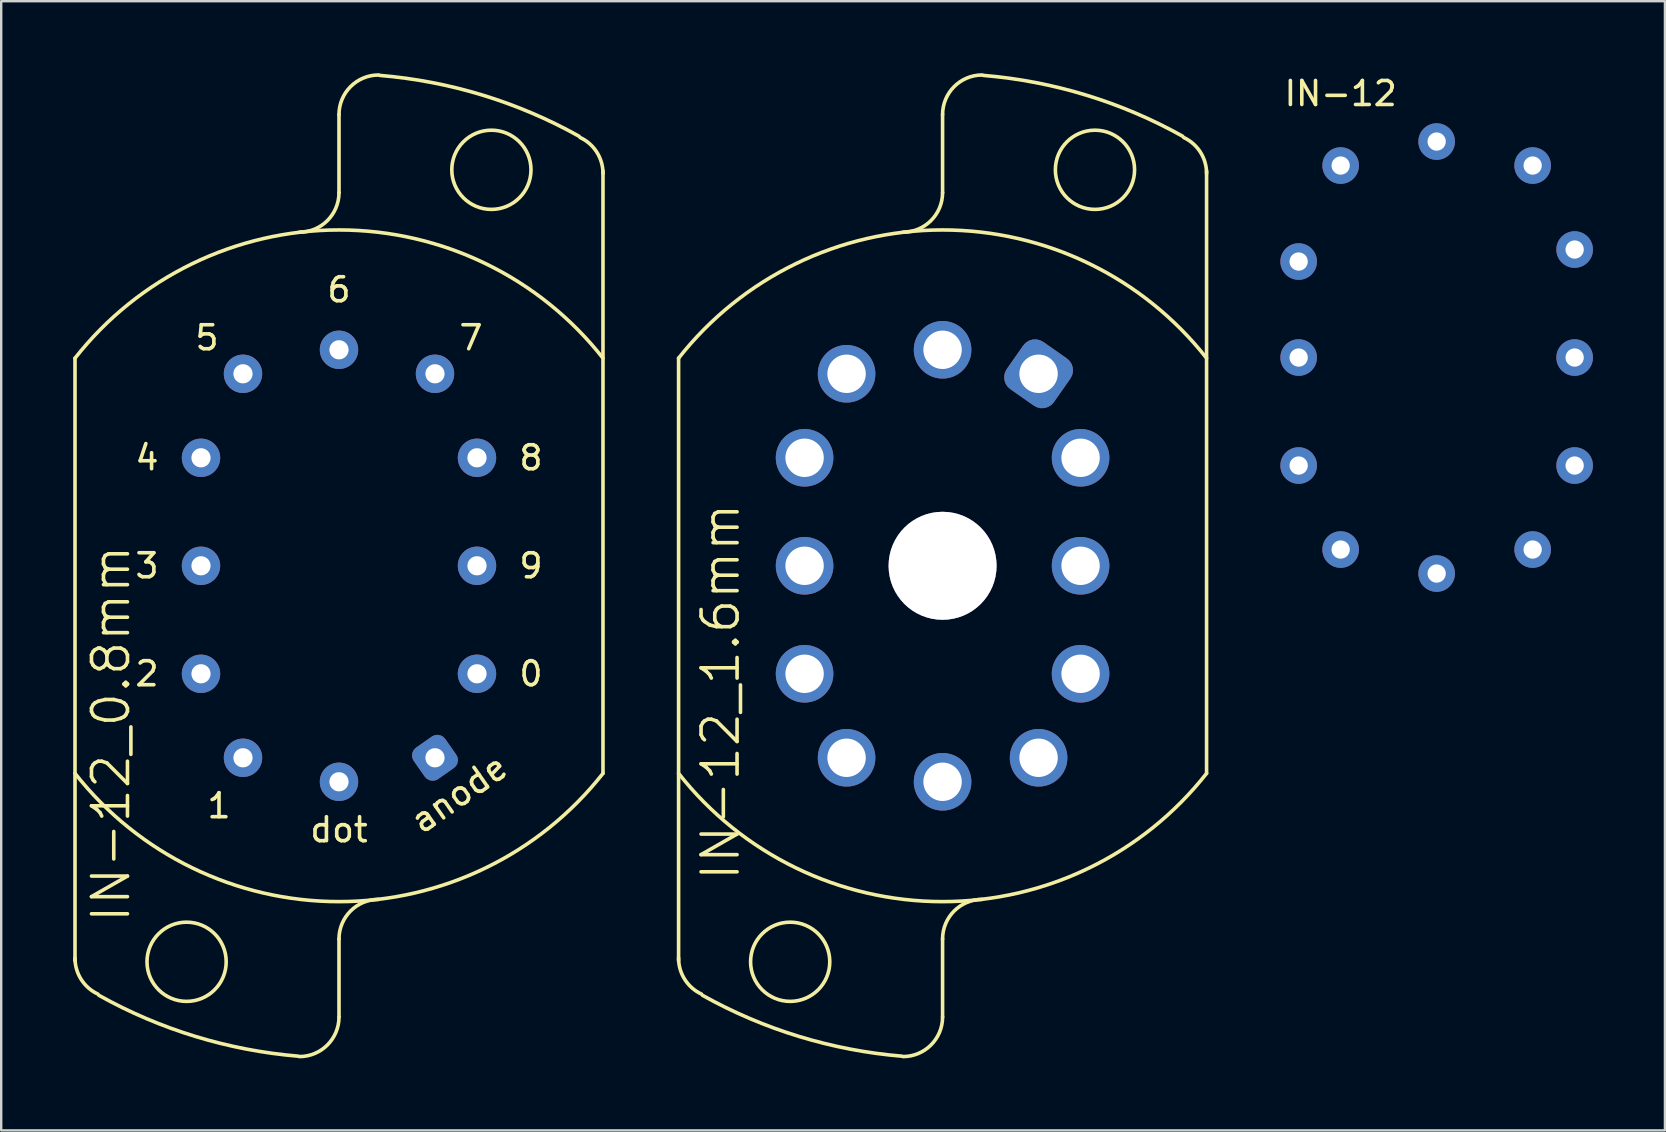
<source format=kicad_pcb>
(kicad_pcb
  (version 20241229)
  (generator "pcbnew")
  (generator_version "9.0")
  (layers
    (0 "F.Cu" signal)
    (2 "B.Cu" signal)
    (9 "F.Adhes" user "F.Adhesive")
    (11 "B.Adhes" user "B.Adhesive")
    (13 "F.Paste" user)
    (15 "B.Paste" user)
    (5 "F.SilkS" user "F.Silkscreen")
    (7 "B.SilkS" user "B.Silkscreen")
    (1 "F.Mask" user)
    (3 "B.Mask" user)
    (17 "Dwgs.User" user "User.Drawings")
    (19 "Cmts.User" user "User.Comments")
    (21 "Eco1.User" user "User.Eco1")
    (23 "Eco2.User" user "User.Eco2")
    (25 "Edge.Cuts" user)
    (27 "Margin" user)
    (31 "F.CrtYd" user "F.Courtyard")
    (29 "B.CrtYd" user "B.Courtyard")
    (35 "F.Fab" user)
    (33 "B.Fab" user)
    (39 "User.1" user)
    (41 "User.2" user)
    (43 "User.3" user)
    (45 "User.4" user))
  (footprint "IN-12_1.6mm"
    (layer "F.Cu")
    (at 36.225 20.525)
    (property "Reference" "IN-12_1.6mm" (at -9.25 5.25 90) (layer "F.SilkS") (effects (font (size 1.5 1.5) (thickness 0.15))))
    (attr through_hole)
    (fp_line (start -11 16.45) (end -11 -8.65) (stroke (width 0.15) (type solid)) (layer "F.SilkS"))
    (fp_line (start 0 -18.8) (end 0 -15.55) (stroke (width 0.15) (type solid)) (layer "F.SilkS"))
    (fp_line (start 0 18.8) (end 0 15.55) (stroke (width 0.15) (type solid)) (layer "F.SilkS"))
    (fp_line (start 11 -16.45) (end 11 8.65) (stroke (width 0.15) (type solid)) (layer "F.SilkS"))
    (fp_arc (start -10.999999 -8.649999) (mid 0 -13.993658) (end 10.999999 -8.649999) (stroke (width 0.15) (type solid)) (layer "F.SilkS"))
    (fp_arc (start -10.04732 17.845408) (mid -10.741596 17.236544) (end -11 16.35) (stroke (width 0.15) (type solid)) (layer "F.SilkS"))
    (fp_arc (start -1.698621 20.433419) (mid -5.984896 19.61099) (end -9.999999 17.899999) (stroke (width 0.15) (type solid)) (layer "F.SilkS"))
    (fp_arc (start 0 -18.8) (mid 0.483274 -19.966726) (end 1.65 -20.45) (stroke (width 0.15) (type solid)) (layer "F.SilkS"))
    (fp_arc (start 0 -15.55) (mid -0.483274 -14.383274) (end -1.65 -13.9) (stroke (width 0.15) (type solid)) (layer "F.SilkS"))
    (fp_arc (start 0 15.55) (mid 0.483274 14.383274) (end 1.65 13.9) (stroke (width 0.15) (type solid)) (layer "F.SilkS"))
    (fp_arc (start 0 18.8) (mid -0.483274 19.966726) (end -1.65 20.45) (stroke (width 0.15) (type solid)) (layer "F.SilkS"))
    (fp_arc (start 1.698621 -20.433419) (mid 5.984896 -19.61099) (end 9.999999 -17.899999) (stroke (width 0.15) (type solid)) (layer "F.SilkS"))
    (fp_arc (start 10.04732 -17.845408) (mid 10.741596 -17.236544) (end 11 -16.35) (stroke (width 0.15) (type solid)) (layer "F.SilkS"))
    (fp_arc (start 11 8.65) (mid 0.000001 13.993659) (end -10.999998 8.65) (stroke (width 0.15) (type solid)) (layer "F.SilkS"))
    (fp_circle (center -6.35 16.5) (end -8 16.5) (stroke (width 0.15) (type solid)) (fill no) (layer "F.SilkS"))
    (fp_circle (center 6.35 -16.5) (end 8 -16.5) (stroke (width 0.15) (type solid)) (fill no) (layer "F.SilkS"))
    (pad "" thru_hole circle (at 0 0) (size 4.5 4.5) (drill 4.5) (layers "*.Cu" "*.Mask"))
    (pad "1" thru_hole roundrect (at 4 -8 55) (size 2.4 2.4) (drill 1.6) (layers "*.Cu" "*.Mask") (roundrect_rratio 0.25))
    (pad "2" thru_hole circle (at 5.75 -4.5) (size 2.4 2.4) (drill 1.6) (layers "*.Cu" "*.Mask"))
    (pad "3" thru_hole circle (at 5.75 0) (size 2.4 2.4) (drill 1.6) (layers "*.Cu" "*.Mask"))
    (pad "4" thru_hole circle (at 5.75 4.5) (size 2.4 2.4) (drill 1.6) (layers "*.Cu" "*.Mask"))
    (pad "5" thru_hole circle (at 4 8) (size 2.4 2.4) (drill 1.6) (layers "*.Cu" "*.Mask"))
    (pad "6" thru_hole circle (at 0 9) (size 2.4 2.4) (drill 1.6) (layers "*.Cu" "*.Mask"))
    (pad "7" thru_hole circle (at -4 8) (size 2.4 2.4) (drill 1.6) (layers "*.Cu" "*.Mask"))
    (pad "8" thru_hole circle (at -5.75 4.5) (size 2.4 2.4) (drill 1.6) (layers "*.Cu" "*.Mask"))
    (pad "9" thru_hole circle (at -5.75 0) (size 2.4 2.4) (drill 1.6) (layers "*.Cu" "*.Mask"))
    (pad "10" thru_hole circle (at -5.75 -4.5) (size 2.4 2.4) (drill 1.6) (layers "*.Cu" "*.Mask"))
    (pad "11" thru_hole circle (at -4 -8) (size 2.4 2.4) (drill 1.6) (layers "*.Cu" "*.Mask"))
    (pad "12" thru_hole circle (at 0 -9) (size 2.4 2.4) (drill 1.6) (layers "*.Cu" "*.Mask")))
  (footprint "IN-12_0.8mm"
    (layer "F.Cu")
    (at 11.075 20.525)
    (property "Reference" "IN-12_0.8mm" (at -9.5 7 90) (layer "F.SilkS") (effects (font (size 1.5 1.5) (thickness 0.15))))
    (attr through_hole)
    (fp_line (start -11 16.45) (end -11 -8.65) (stroke (width 0.15) (type solid)) (layer "F.SilkS"))
    (fp_line (start 0 -18.8) (end 0 -15.55) (stroke (width 0.15) (type solid)) (layer "F.SilkS"))
    (fp_line (start 0 18.8) (end 0 15.55) (stroke (width 0.15) (type solid)) (layer "F.SilkS"))
    (fp_line (start 11 -16.45) (end 11 8.65) (stroke (width 0.15) (type solid)) (layer "F.SilkS"))
    (fp_arc (start -10.999999 -8.649999) (mid 0 -13.993658) (end 10.999999 -8.649999) (stroke (width 0.15) (type solid)) (layer "F.SilkS"))
    (fp_arc (start -10.04732 17.845408) (mid -10.741596 17.236544) (end -11 16.35) (stroke (width 0.15) (type solid)) (layer "F.SilkS"))
    (fp_arc (start -1.698621 20.433419) (mid -5.984896 19.61099) (end -9.999999 17.899999) (stroke (width 0.15) (type solid)) (layer "F.SilkS"))
    (fp_arc (start 0 -18.8) (mid 0.483274 -19.966726) (end 1.65 -20.45) (stroke (width 0.15) (type solid)) (layer "F.SilkS"))
    (fp_arc (start 0 -15.55) (mid -0.483274 -14.383274) (end -1.65 -13.9) (stroke (width 0.15) (type solid)) (layer "F.SilkS"))
    (fp_arc (start 0 15.55) (mid 0.483274 14.383274) (end 1.65 13.9) (stroke (width 0.15) (type solid)) (layer "F.SilkS"))
    (fp_arc (start 0 18.8) (mid -0.483274 19.966726) (end -1.65 20.45) (stroke (width 0.15) (type solid)) (layer "F.SilkS"))
    (fp_arc (start 1.698621 -20.433419) (mid 5.984896 -19.61099) (end 9.999999 -17.899999) (stroke (width 0.15) (type solid)) (layer "F.SilkS"))
    (fp_arc (start 10.04732 -17.845408) (mid 10.741596 -17.236544) (end 11 -16.35) (stroke (width 0.15) (type solid)) (layer "F.SilkS"))
    (fp_arc (start 11 8.65) (mid 0.000001 13.993659) (end -10.999998 8.65) (stroke (width 0.15) (type solid)) (layer "F.SilkS"))
    (fp_circle (center -6.35 16.5) (end -8 16.5) (stroke (width 0.15) (type solid)) (fill no) (layer "F.SilkS"))
    (fp_circle (center 6.35 -16.5) (end 8 -16.5) (stroke (width 0.15) (type solid)) (fill no) (layer "F.SilkS"))
    (fp_text user "2" (at -8 4.5 0) (layer "F.SilkS") (effects (font (size 1 1) (thickness 0.15))))
    (fp_text user "9" (at 8 0 0) (layer "F.SilkS") (effects (font (size 1 1) (thickness 0.15))))
    (fp_text user "4" (at -8 -4.5 0) (layer "F.SilkS") (effects (font (size 1 1) (thickness 0.15))))
    (fp_text user "0" (at 8 4.5 0) (layer "F.SilkS") (effects (font (size 1 1) (thickness 0.15))))
    (fp_text user "anode" (at 5 9.5 35) (layer "F.SilkS") (effects (font (size 1 1) (thickness 0.15))))
    (fp_text user "1" (at -5 10 0) (layer "F.SilkS") (effects (font (size 1 1) (thickness 0.15))))
    (fp_text user "dot" (at 0 11 0) (layer "F.SilkS") (effects (font (size 1 1) (thickness 0.15))))
    (fp_text user "3" (at -8 0 0) (layer "F.SilkS") (effects (font (size 1 1) (thickness 0.15))))
    (fp_text user "8" (at 8 -4.5 0) (layer "F.SilkS") (effects (font (size 1 1) (thickness 0.15))))
    (fp_text user "6" (at 0 -11.5 0) (layer "F.SilkS") (effects (font (size 1 1) (thickness 0.15))))
    (fp_text user "5" (at -5.5 -9.5 0) (layer "F.SilkS") (effects (font (size 1 1) (thickness 0.15))))
    (fp_text user "7" (at 5.5 -9.5 0) (layer "F.SilkS") (effects (font (size 1 1) (thickness 0.15))))
    (pad "1" thru_hole roundrect (at 4 8 305) (size 1.6 1.6) (drill 0.8) (layers "*.Cu" "*.Mask") (roundrect_rratio 0.25))
    (pad "2" thru_hole circle (at 5.75 4.5) (size 1.6 1.6) (drill 0.8) (layers "*.Cu" "*.Mask"))
    (pad "3" thru_hole circle (at 5.75 0) (size 1.6 1.6) (drill 0.8) (layers "*.Cu" "*.Mask"))
    (pad "4" thru_hole circle (at 5.75 -4.5) (size 1.6 1.6) (drill 0.8) (layers "*.Cu" "*.Mask"))
    (pad "5" thru_hole circle (at 4 -8) (size 1.6 1.6) (drill 0.8) (layers "*.Cu" "*.Mask"))
    (pad "6" thru_hole circle (at 0 -9) (size 1.6 1.6) (drill 0.8) (layers "*.Cu" "*.Mask"))
    (pad "7" thru_hole circle (at -4 -8) (size 1.6 1.6) (drill 0.8) (layers "*.Cu" "*.Mask"))
    (pad "8" thru_hole circle (at -5.75 -4.5) (size 1.6 1.6) (drill 0.8) (layers "*.Cu" "*.Mask"))
    (pad "9" thru_hole circle (at -5.75 0) (size 1.6 1.6) (drill 0.8) (layers "*.Cu" "*.Mask"))
    (pad "10" thru_hole circle (at -5.75 4.5) (size 1.6 1.6) (drill 0.8) (layers "*.Cu" "*.Mask"))
    (pad "11" thru_hole oval (at -4 8) (size 1.6 1.6) (drill 0.8) (layers "*.Cu" "*.Mask"))
    (pad "12" thru_hole circle (at 0 9) (size 1.6 1.6) (drill 0.8) (layers "*.Cu" "*.Mask")))
  (footprint "IN-12"
    (layer "F.Cu")
    (at 56.812 11.848)
    (property "Reference" "IN-12" (at -4 -11 0) (layer "F.SilkS") (effects (font (size 1 1) (thickness 0.15))))
    (attr through_hole)
    (pad "1" thru_hole circle (at 4 -8) (size 1.524 1.524) (drill 0.762) (layers "*.Cu" "*.Mask"))
    (pad "2" thru_hole circle (at 5.75 -4.5) (size 1.524 1.524) (drill 0.762) (layers "*.Cu" "*.Mask"))
    (pad "3" thru_hole circle (at 5.75 0) (size 1.524 1.524) (drill 0.762) (layers "*.Cu" "*.Mask"))
    (pad "4" thru_hole circle (at 5.75 4.5) (size 1.524 1.524) (drill 0.762) (layers "*.Cu" "*.Mask"))
    (pad "5" thru_hole circle (at 4 8) (size 1.524 1.524) (drill 0.762) (layers "*.Cu" "*.Mask"))
    (pad "6" thru_hole circle (at 0 9) (size 1.524 1.524) (drill 0.762) (layers "*.Cu" "*.Mask"))
    (pad "7" thru_hole circle (at -4 8) (size 1.524 1.524) (drill 0.762) (layers "*.Cu" "*.Mask"))
    (pad "8" thru_hole circle (at -5.75 4.5) (size 1.524 1.524) (drill 0.762) (layers "*.Cu" "*.Mask"))
    (pad "9" thru_hole circle (at -5.75 0) (size 1.524 1.524) (drill 0.762) (layers "*.Cu" "*.Mask"))
    (pad "10" thru_hole circle (at -5.75 -4) (size 1.524 1.524) (drill 0.762) (layers "*.Cu" "*.Mask"))
    (pad "11" thru_hole circle (at -4 -8) (size 1.524 1.524) (drill 0.762) (layers "*.Cu" "*.Mask"))
    (pad "12" thru_hole circle (at 0 -9) (size 1.524 1.524) (drill 0.762) (layers "*.Cu" "*.Mask")))
  (gr_rect
    (start -3 -3)
    (end 66.324 44.05)
    (stroke (width 0.1) (type default))
    (fill no)
    (layer "Edge.Cuts")))
</source>
